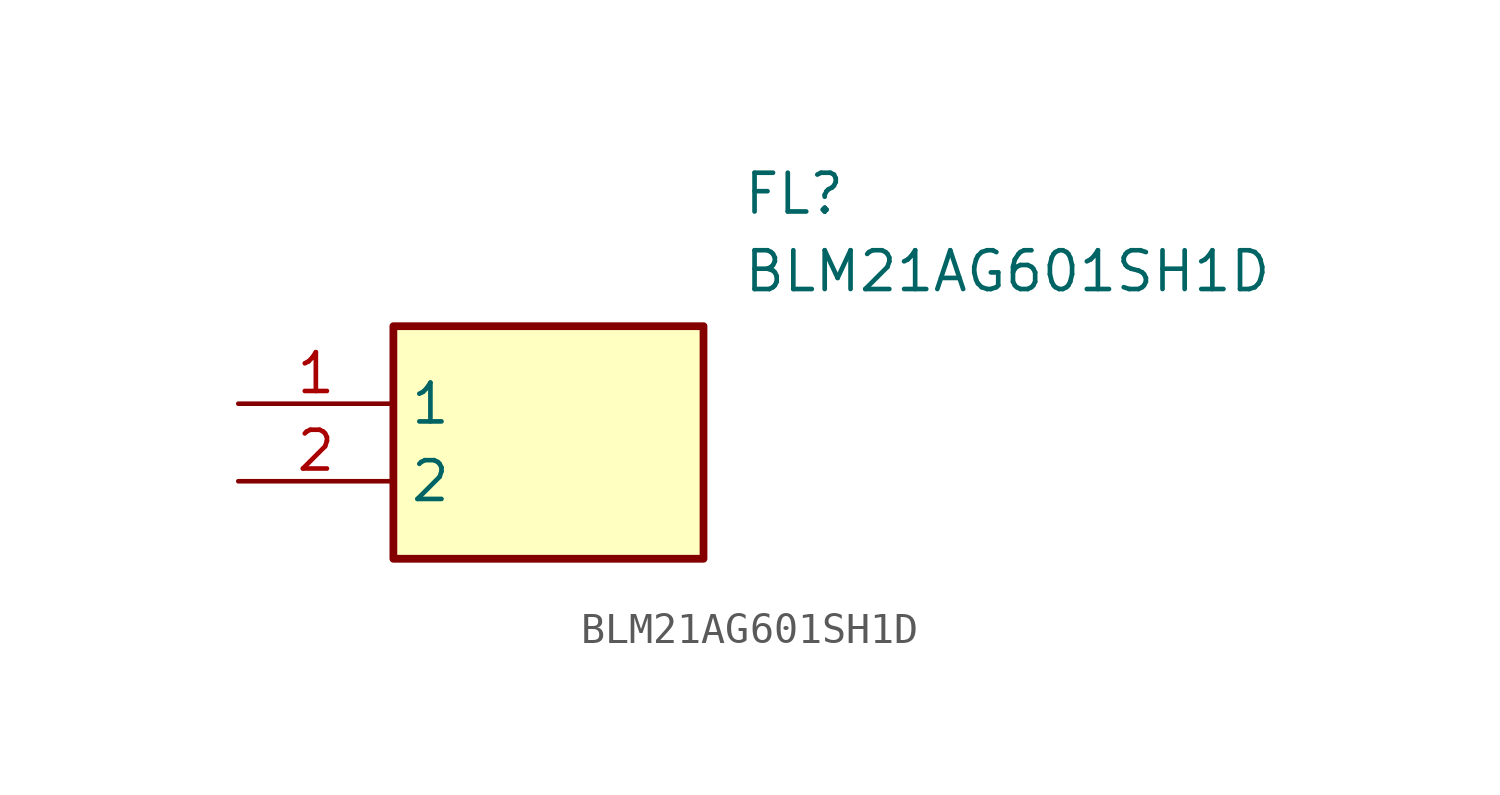
<source format=kicad_sym>
(kicad_symbol_lib
  (version 20211014)
  (generator SamacSys_ECAD_Model)
  (symbol "BLM21AG601SH1D"
    (property "Reference" "FL"
      (at 16.51 7.62 0)
      (effects (font (size 1.27 1.27)) (justify left top)))
    (property "Value" "BLM21AG601SH1D"
      (at 16.51 5.08 0)
      (effects (font (size 1.27 1.27)) (justify left top)))
    (rectangle
      (start 5.08 2.54)
      (end 15.24 -5.08)
      (stroke (width 0.254) (type default))
      (fill (type background)))
    (pin passive line
      (at 0 0 0)
      (length 5.08)
      (name "1" (effects (font (size 1.27 1.27))))
      (number "1" (effects (font (size 1.27 1.27)))))
    (pin passive line
      (at 0 -2.54 0)
      (length 5.08)
      (name "2" (effects (font (size 1.27 1.27))))
      (number "2" (effects (font (size 1.27 1.27)))))))
</source>
